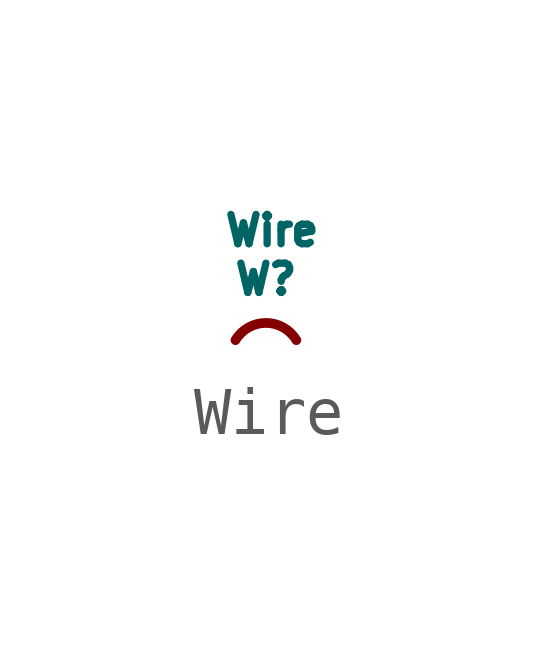
<source format=kicad_sym>
(kicad_symbol_lib
  (version 20220914)
  (generator kicad_symbol_editor)
  (symbol "Wire"
    (pin_numbers hide)
    (pin_names
      (offset 0))
    (property "Reference" "W"
      (at 0.635 1.27 0)
      (effects (font (size 0.61 0.61))))
    (property "Value" "Wire"
      (at 0.762 2.286 0)
      (effects (font (size 0.61 0.61))))
    (symbol "Wire_0_1"
      (arc (start 1.27 0) (mid 0.635 0.3595) (end 0 0) (stroke (width 0.2032) (type solid)) (fill (type none))))
    (symbol "Wire_1_1"
      (pin passive line (at 0 0 0) (length 0) (name "~" (effects (font (size 1.27 1.27)))) (number "1" (effects (font (size 1.27 1.27)))))
      (pin passive line (at 1.27 0 180) (length 0) (name "~" (effects (font (size 1.27 1.27)))) (number "2" (effects (font (size 1.27 1.27))))))))
</source>
